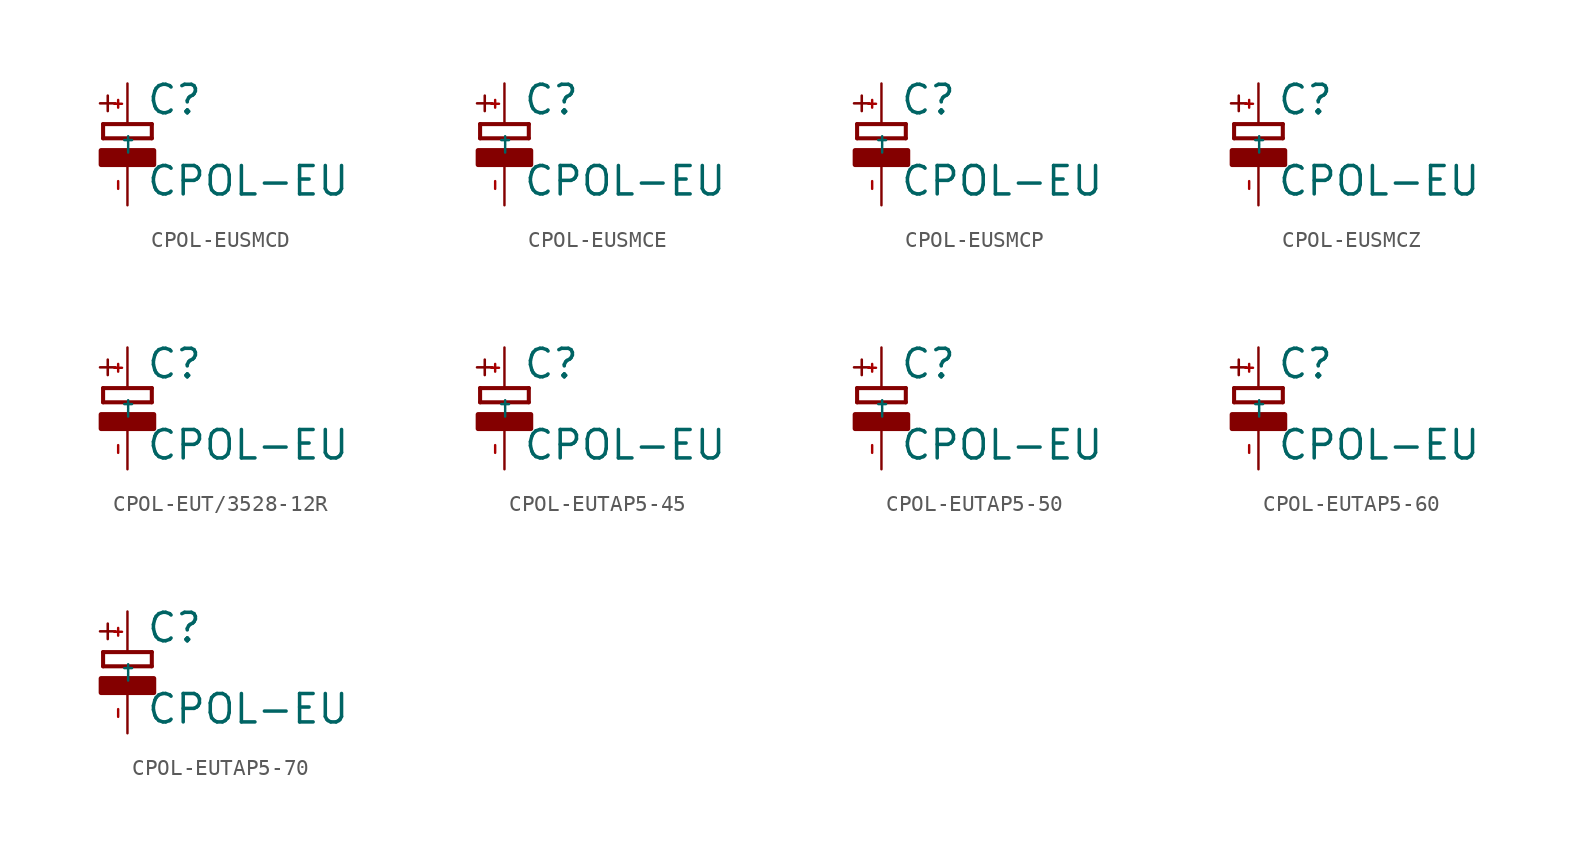
<source format=kicad_sym>
(kicad_symbol_lib
  (version 20220914)
  (generator Eagle2Kicad)
  (symbol "CPOL-EUSMCD"
    (property "Reference" "C"
      (at 1.143 0.483 0)
      (effects (font (size 1.778 1.778) (thickness 0.22)) (justify left bottom)))
    (property "Value" "CPOL-EU"
      (at 1.143 -4.597 0)
      (effects (font (size 1.778 1.778) (thickness 0.22)) (justify left bottom)))
    (polyline
      (pts (xy -1.524 -0.889) (xy 1.524 -0.889))
      (stroke (width 0.254) (type default))
      (fill (type none)))
    (polyline
      (pts (xy 1.524 -0.889) (xy 1.524 0))
      (stroke (width 0.254) (type default))
      (fill (type none)))
    (polyline
      (pts (xy -1.524 0) (xy -1.524 -0.889))
      (stroke (width 0.254) (type default))
      (fill (type none)))
    (polyline
      (pts (xy -1.524 0) (xy 1.524 0))
      (stroke (width 0.254) (type default))
      (fill (type none)))
    (text "+"
      (at -0.584 0.406 900)
      (effects (font (size 1.27 1.27) (thickness 0.16)) (justify left bottom)))
    (rectangle
      (start -1.651 -2.54)
      (end 1.651 -1.651)
      (stroke (width 0.3) (type default))
      (fill (type outline)))
    (pin passive line
      (at 0 -5.08 90)
      (length 2.54)
      (name "-" (effects (font (size 0.635 0.635) (thickness 0.08)) (justify left bottom)))
      (number "-" (effects (font (size 0.635 0.635) (thickness 0.08)) (justify left bottom))))
    (pin passive line
      (at 0 2.54 270)
      (length 2.54)
      (name "+" (effects (font (size 0.635 0.635) (thickness 0.08)) (justify left bottom)))
      (number "+" (effects (font (size 0.635 0.635) (thickness 0.08)) (justify left bottom)))))
  (symbol "CPOL-EUSMCE"
    (property "Reference" "C"
      (at 1.143 0.483 0)
      (effects (font (size 1.778 1.778) (thickness 0.22)) (justify left bottom)))
    (property "Value" "CPOL-EU"
      (at 1.143 -4.597 0)
      (effects (font (size 1.778 1.778) (thickness 0.22)) (justify left bottom)))
    (polyline
      (pts (xy -1.524 -0.889) (xy 1.524 -0.889))
      (stroke (width 0.254) (type default))
      (fill (type none)))
    (polyline
      (pts (xy 1.524 -0.889) (xy 1.524 0))
      (stroke (width 0.254) (type default))
      (fill (type none)))
    (polyline
      (pts (xy -1.524 0) (xy -1.524 -0.889))
      (stroke (width 0.254) (type default))
      (fill (type none)))
    (polyline
      (pts (xy -1.524 0) (xy 1.524 0))
      (stroke (width 0.254) (type default))
      (fill (type none)))
    (text "+"
      (at -0.584 0.406 900)
      (effects (font (size 1.27 1.27) (thickness 0.16)) (justify left bottom)))
    (rectangle
      (start -1.651 -2.54)
      (end 1.651 -1.651)
      (stroke (width 0.3) (type default))
      (fill (type outline)))
    (pin passive line
      (at 0 -5.08 90)
      (length 2.54)
      (name "-" (effects (font (size 0.635 0.635) (thickness 0.08)) (justify left bottom)))
      (number "-" (effects (font (size 0.635 0.635) (thickness 0.08)) (justify left bottom))))
    (pin passive line
      (at 0 2.54 270)
      (length 2.54)
      (name "+" (effects (font (size 0.635 0.635) (thickness 0.08)) (justify left bottom)))
      (number "+" (effects (font (size 0.635 0.635) (thickness 0.08)) (justify left bottom)))))
  (symbol "CPOL-EUSMCP"
    (property "Reference" "C"
      (at 1.143 0.483 0)
      (effects (font (size 1.778 1.778) (thickness 0.22)) (justify left bottom)))
    (property "Value" "CPOL-EU"
      (at 1.143 -4.597 0)
      (effects (font (size 1.778 1.778) (thickness 0.22)) (justify left bottom)))
    (polyline
      (pts (xy -1.524 -0.889) (xy 1.524 -0.889))
      (stroke (width 0.254) (type default))
      (fill (type none)))
    (polyline
      (pts (xy 1.524 -0.889) (xy 1.524 0))
      (stroke (width 0.254) (type default))
      (fill (type none)))
    (polyline
      (pts (xy -1.524 0) (xy -1.524 -0.889))
      (stroke (width 0.254) (type default))
      (fill (type none)))
    (polyline
      (pts (xy -1.524 0) (xy 1.524 0))
      (stroke (width 0.254) (type default))
      (fill (type none)))
    (text "+"
      (at -0.584 0.406 900)
      (effects (font (size 1.27 1.27) (thickness 0.16)) (justify left bottom)))
    (rectangle
      (start -1.651 -2.54)
      (end 1.651 -1.651)
      (stroke (width 0.3) (type default))
      (fill (type outline)))
    (pin passive line
      (at 0 -5.08 90)
      (length 2.54)
      (name "-" (effects (font (size 0.635 0.635) (thickness 0.08)) (justify left bottom)))
      (number "-" (effects (font (size 0.635 0.635) (thickness 0.08)) (justify left bottom))))
    (pin passive line
      (at 0 2.54 270)
      (length 2.54)
      (name "+" (effects (font (size 0.635 0.635) (thickness 0.08)) (justify left bottom)))
      (number "+" (effects (font (size 0.635 0.635) (thickness 0.08)) (justify left bottom)))))
  (symbol "CPOL-EUSMCZ"
    (property "Reference" "C"
      (at 1.143 0.483 0)
      (effects (font (size 1.778 1.778) (thickness 0.22)) (justify left bottom)))
    (property "Value" "CPOL-EU"
      (at 1.143 -4.597 0)
      (effects (font (size 1.778 1.778) (thickness 0.22)) (justify left bottom)))
    (polyline
      (pts (xy -1.524 -0.889) (xy 1.524 -0.889))
      (stroke (width 0.254) (type default))
      (fill (type none)))
    (polyline
      (pts (xy 1.524 -0.889) (xy 1.524 0))
      (stroke (width 0.254) (type default))
      (fill (type none)))
    (polyline
      (pts (xy -1.524 0) (xy -1.524 -0.889))
      (stroke (width 0.254) (type default))
      (fill (type none)))
    (polyline
      (pts (xy -1.524 0) (xy 1.524 0))
      (stroke (width 0.254) (type default))
      (fill (type none)))
    (text "+"
      (at -0.584 0.406 900)
      (effects (font (size 1.27 1.27) (thickness 0.16)) (justify left bottom)))
    (rectangle
      (start -1.651 -2.54)
      (end 1.651 -1.651)
      (stroke (width 0.3) (type default))
      (fill (type outline)))
    (pin passive line
      (at 0 -5.08 90)
      (length 2.54)
      (name "-" (effects (font (size 0.635 0.635) (thickness 0.08)) (justify left bottom)))
      (number "-" (effects (font (size 0.635 0.635) (thickness 0.08)) (justify left bottom))))
    (pin passive line
      (at 0 2.54 270)
      (length 2.54)
      (name "+" (effects (font (size 0.635 0.635) (thickness 0.08)) (justify left bottom)))
      (number "+" (effects (font (size 0.635 0.635) (thickness 0.08)) (justify left bottom)))))
  (symbol "CPOL-EUT/3528-12R"
    (property "Reference" "C"
      (at 1.143 0.483 0)
      (effects (font (size 1.778 1.778) (thickness 0.22)) (justify left bottom)))
    (property "Value" "CPOL-EU"
      (at 1.143 -4.597 0)
      (effects (font (size 1.778 1.778) (thickness 0.22)) (justify left bottom)))
    (polyline
      (pts (xy -1.524 -0.889) (xy 1.524 -0.889))
      (stroke (width 0.254) (type default))
      (fill (type none)))
    (polyline
      (pts (xy 1.524 -0.889) (xy 1.524 0))
      (stroke (width 0.254) (type default))
      (fill (type none)))
    (polyline
      (pts (xy -1.524 0) (xy -1.524 -0.889))
      (stroke (width 0.254) (type default))
      (fill (type none)))
    (polyline
      (pts (xy -1.524 0) (xy 1.524 0))
      (stroke (width 0.254) (type default))
      (fill (type none)))
    (text "+"
      (at -0.584 0.406 900)
      (effects (font (size 1.27 1.27) (thickness 0.16)) (justify left bottom)))
    (rectangle
      (start -1.651 -2.54)
      (end 1.651 -1.651)
      (stroke (width 0.3) (type default))
      (fill (type outline)))
    (pin passive line
      (at 0 -5.08 90)
      (length 2.54)
      (name "-" (effects (font (size 0.635 0.635) (thickness 0.08)) (justify left bottom)))
      (number "-" (effects (font (size 0.635 0.635) (thickness 0.08)) (justify left bottom))))
    (pin passive line
      (at 0 2.54 270)
      (length 2.54)
      (name "+" (effects (font (size 0.635 0.635) (thickness 0.08)) (justify left bottom)))
      (number "+" (effects (font (size 0.635 0.635) (thickness 0.08)) (justify left bottom)))))
  (symbol "CPOL-EUTAP5-45"
    (property "Reference" "C"
      (at 1.143 0.483 0)
      (effects (font (size 1.778 1.778) (thickness 0.22)) (justify left bottom)))
    (property "Value" "CPOL-EU"
      (at 1.143 -4.597 0)
      (effects (font (size 1.778 1.778) (thickness 0.22)) (justify left bottom)))
    (polyline
      (pts (xy -1.524 -0.889) (xy 1.524 -0.889))
      (stroke (width 0.254) (type default))
      (fill (type none)))
    (polyline
      (pts (xy 1.524 -0.889) (xy 1.524 0))
      (stroke (width 0.254) (type default))
      (fill (type none)))
    (polyline
      (pts (xy -1.524 0) (xy -1.524 -0.889))
      (stroke (width 0.254) (type default))
      (fill (type none)))
    (polyline
      (pts (xy -1.524 0) (xy 1.524 0))
      (stroke (width 0.254) (type default))
      (fill (type none)))
    (text "+"
      (at -0.584 0.406 900)
      (effects (font (size 1.27 1.27) (thickness 0.16)) (justify left bottom)))
    (rectangle
      (start -1.651 -2.54)
      (end 1.651 -1.651)
      (stroke (width 0.3) (type default))
      (fill (type outline)))
    (pin passive line
      (at 0 -5.08 90)
      (length 2.54)
      (name "-" (effects (font (size 0.635 0.635) (thickness 0.08)) (justify left bottom)))
      (number "-" (effects (font (size 0.635 0.635) (thickness 0.08)) (justify left bottom))))
    (pin passive line
      (at 0 2.54 270)
      (length 2.54)
      (name "+" (effects (font (size 0.635 0.635) (thickness 0.08)) (justify left bottom)))
      (number "+" (effects (font (size 0.635 0.635) (thickness 0.08)) (justify left bottom)))))
  (symbol "CPOL-EUTAP5-50"
    (property "Reference" "C"
      (at 1.143 0.483 0)
      (effects (font (size 1.778 1.778) (thickness 0.22)) (justify left bottom)))
    (property "Value" "CPOL-EU"
      (at 1.143 -4.597 0)
      (effects (font (size 1.778 1.778) (thickness 0.22)) (justify left bottom)))
    (polyline
      (pts (xy -1.524 -0.889) (xy 1.524 -0.889))
      (stroke (width 0.254) (type default))
      (fill (type none)))
    (polyline
      (pts (xy 1.524 -0.889) (xy 1.524 0))
      (stroke (width 0.254) (type default))
      (fill (type none)))
    (polyline
      (pts (xy -1.524 0) (xy -1.524 -0.889))
      (stroke (width 0.254) (type default))
      (fill (type none)))
    (polyline
      (pts (xy -1.524 0) (xy 1.524 0))
      (stroke (width 0.254) (type default))
      (fill (type none)))
    (text "+"
      (at -0.584 0.406 900)
      (effects (font (size 1.27 1.27) (thickness 0.16)) (justify left bottom)))
    (rectangle
      (start -1.651 -2.54)
      (end 1.651 -1.651)
      (stroke (width 0.3) (type default))
      (fill (type outline)))
    (pin passive line
      (at 0 -5.08 90)
      (length 2.54)
      (name "-" (effects (font (size 0.635 0.635) (thickness 0.08)) (justify left bottom)))
      (number "-" (effects (font (size 0.635 0.635) (thickness 0.08)) (justify left bottom))))
    (pin passive line
      (at 0 2.54 270)
      (length 2.54)
      (name "+" (effects (font (size 0.635 0.635) (thickness 0.08)) (justify left bottom)))
      (number "+" (effects (font (size 0.635 0.635) (thickness 0.08)) (justify left bottom)))))
  (symbol "CPOL-EUTAP5-60"
    (property "Reference" "C"
      (at 1.143 0.483 0)
      (effects (font (size 1.778 1.778) (thickness 0.22)) (justify left bottom)))
    (property "Value" "CPOL-EU"
      (at 1.143 -4.597 0)
      (effects (font (size 1.778 1.778) (thickness 0.22)) (justify left bottom)))
    (polyline
      (pts (xy -1.524 -0.889) (xy 1.524 -0.889))
      (stroke (width 0.254) (type default))
      (fill (type none)))
    (polyline
      (pts (xy 1.524 -0.889) (xy 1.524 0))
      (stroke (width 0.254) (type default))
      (fill (type none)))
    (polyline
      (pts (xy -1.524 0) (xy -1.524 -0.889))
      (stroke (width 0.254) (type default))
      (fill (type none)))
    (polyline
      (pts (xy -1.524 0) (xy 1.524 0))
      (stroke (width 0.254) (type default))
      (fill (type none)))
    (text "+"
      (at -0.584 0.406 900)
      (effects (font (size 1.27 1.27) (thickness 0.16)) (justify left bottom)))
    (rectangle
      (start -1.651 -2.54)
      (end 1.651 -1.651)
      (stroke (width 0.3) (type default))
      (fill (type outline)))
    (pin passive line
      (at 0 -5.08 90)
      (length 2.54)
      (name "-" (effects (font (size 0.635 0.635) (thickness 0.08)) (justify left bottom)))
      (number "-" (effects (font (size 0.635 0.635) (thickness 0.08)) (justify left bottom))))
    (pin passive line
      (at 0 2.54 270)
      (length 2.54)
      (name "+" (effects (font (size 0.635 0.635) (thickness 0.08)) (justify left bottom)))
      (number "+" (effects (font (size 0.635 0.635) (thickness 0.08)) (justify left bottom)))))
  (symbol "CPOL-EUTAP5-70"
    (property "Reference" "C"
      (at 1.143 0.483 0)
      (effects (font (size 1.778 1.778) (thickness 0.22)) (justify left bottom)))
    (property "Value" "CPOL-EU"
      (at 1.143 -4.597 0)
      (effects (font (size 1.778 1.778) (thickness 0.22)) (justify left bottom)))
    (polyline
      (pts (xy -1.524 -0.889) (xy 1.524 -0.889))
      (stroke (width 0.254) (type default))
      (fill (type none)))
    (polyline
      (pts (xy 1.524 -0.889) (xy 1.524 0))
      (stroke (width 0.254) (type default))
      (fill (type none)))
    (polyline
      (pts (xy -1.524 0) (xy -1.524 -0.889))
      (stroke (width 0.254) (type default))
      (fill (type none)))
    (polyline
      (pts (xy -1.524 0) (xy 1.524 0))
      (stroke (width 0.254) (type default))
      (fill (type none)))
    (text "+"
      (at -0.584 0.406 900)
      (effects (font (size 1.27 1.27) (thickness 0.16)) (justify left bottom)))
    (rectangle
      (start -1.651 -2.54)
      (end 1.651 -1.651)
      (stroke (width 0.3) (type default))
      (fill (type outline)))
    (pin passive line
      (at 0 -5.08 90)
      (length 2.54)
      (name "-" (effects (font (size 0.635 0.635) (thickness 0.08)) (justify left bottom)))
      (number "-" (effects (font (size 0.635 0.635) (thickness 0.08)) (justify left bottom))))
    (pin passive line
      (at 0 2.54 270)
      (length 2.54)
      (name "+" (effects (font (size 0.635 0.635) (thickness 0.08)) (justify left bottom)))
      (number "+" (effects (font (size 0.635 0.635) (thickness 0.08)) (justify left bottom))))))
</source>
